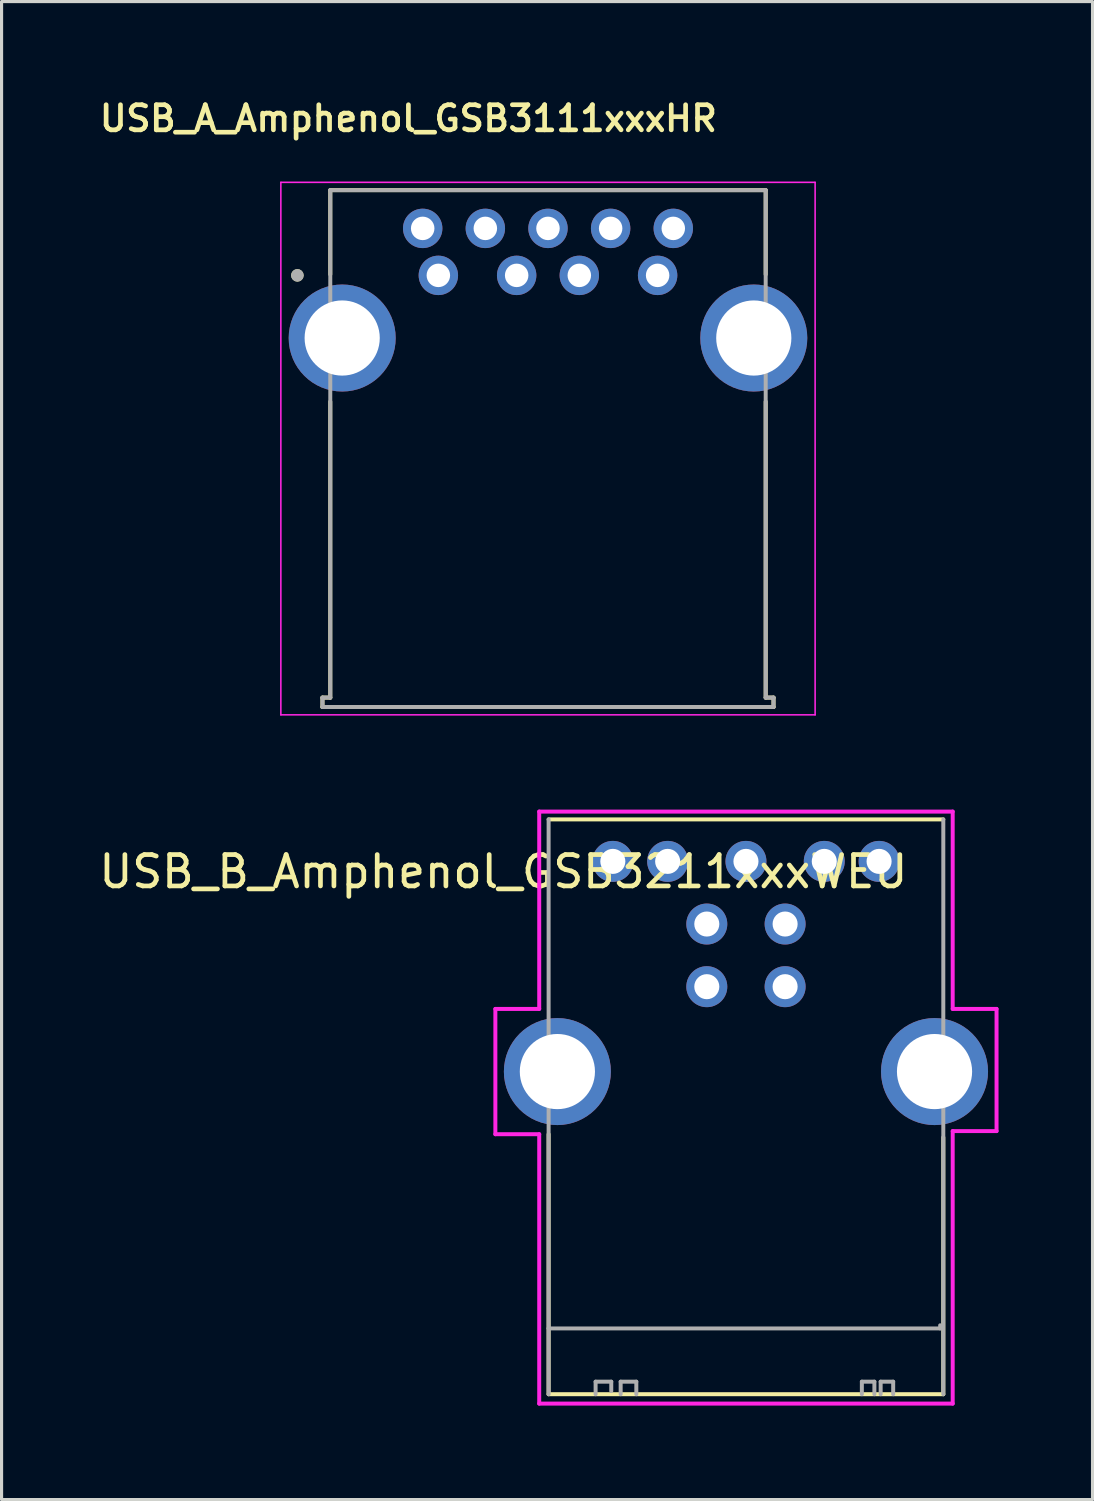
<source format=kicad_pcb>
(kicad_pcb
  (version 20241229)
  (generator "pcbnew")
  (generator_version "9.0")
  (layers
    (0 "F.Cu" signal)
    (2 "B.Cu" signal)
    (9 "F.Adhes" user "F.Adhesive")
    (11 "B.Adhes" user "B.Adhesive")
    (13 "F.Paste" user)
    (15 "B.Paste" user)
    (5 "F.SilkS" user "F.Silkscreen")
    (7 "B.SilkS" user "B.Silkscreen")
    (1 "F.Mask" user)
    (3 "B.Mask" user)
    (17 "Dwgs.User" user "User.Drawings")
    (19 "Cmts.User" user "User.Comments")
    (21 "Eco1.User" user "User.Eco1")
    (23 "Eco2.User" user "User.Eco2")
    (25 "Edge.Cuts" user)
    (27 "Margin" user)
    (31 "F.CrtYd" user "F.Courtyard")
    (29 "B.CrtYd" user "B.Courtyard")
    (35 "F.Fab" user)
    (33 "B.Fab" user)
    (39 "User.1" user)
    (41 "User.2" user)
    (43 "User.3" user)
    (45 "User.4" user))
  (footprint "USB_A_Amphenol_GSB3111xxxHR"
    (layer "F.Cu")
    (at 14.444 7.741)
    (property "Reference" "USB_A_Amphenol_GSB3111xxxHR" (at -4.456 -7.009 0) (layer "F.SilkS") (effects (font (size 0.801 0.801) (thickness 0.15))))
    (attr through_hole)
    (fp_line (start -7.2 11.48) (end -6.95 11.48) (stroke (width 0.127) (type solid)) (layer "F.SilkS"))
    (fp_line (start -7.2 11.78) (end -7.2 11.48) (stroke (width 0.127) (type solid)) (layer "F.SilkS"))
    (fp_line (start -6.95 -4.72) (end 6.95 -4.72) (stroke (width 0.127) (type solid)) (layer "F.SilkS"))
    (fp_line (start -6.95 -2.03) (end -6.95 -4.72) (stroke (width 0.127) (type solid)) (layer "F.SilkS"))
    (fp_line (start -6.95 11.48) (end -6.95 2.03) (stroke (width 0.127) (type solid)) (layer "F.SilkS"))
    (fp_line (start 6.95 -4.72) (end 6.95 -2.03) (stroke (width 0.127) (type solid)) (layer "F.SilkS"))
    (fp_line (start 6.95 2.03) (end 6.95 11.48) (stroke (width 0.127) (type solid)) (layer "F.SilkS"))
    (fp_line (start 6.95 11.48) (end 7.2 11.48) (stroke (width 0.127) (type solid)) (layer "F.SilkS"))
    (fp_line (start 7.2 11.48) (end 7.2 11.78) (stroke (width 0.127) (type solid)) (layer "F.SilkS"))
    (fp_line (start 7.2 11.78) (end -7.2 11.78) (stroke (width 0.127) (type solid)) (layer "F.SilkS"))
    (fp_circle (center -8 -2) (end -7.9 -2) (stroke (width 0.2) (type solid)) (fill no) (layer "F.SilkS"))
    (fp_line (start -8.528 -4.97) (end 8.528 -4.97) (stroke (width 0.05) (type solid)) (layer "F.CrtYd"))
    (fp_line (start -8.528 12.03) (end -8.528 -4.97) (stroke (width 0.05) (type solid)) (layer "F.CrtYd"))
    (fp_line (start 8.528 -4.97) (end 8.528 12.03) (stroke (width 0.05) (type solid)) (layer "F.CrtYd"))
    (fp_line (start 8.528 12.03) (end -8.528 12.03) (stroke (width 0.05) (type solid)) (layer "F.CrtYd"))
    (fp_line (start -7.2 11.48) (end -6.95 11.48) (stroke (width 0.127) (type solid)) (layer "F.Fab"))
    (fp_line (start -7.2 11.78) (end -7.2 11.48) (stroke (width 0.127) (type solid)) (layer "F.Fab"))
    (fp_line (start -6.95 -4.72) (end 6.95 -4.72) (stroke (width 0.127) (type solid)) (layer "F.Fab"))
    (fp_line (start -6.95 11.48) (end -6.95 -4.72) (stroke (width 0.127) (type solid)) (layer "F.Fab"))
    (fp_line (start 6.95 -4.72) (end 6.95 11.48) (stroke (width 0.127) (type solid)) (layer "F.Fab"))
    (fp_line (start 6.95 11.48) (end 7.2 11.48) (stroke (width 0.127) (type solid)) (layer "F.Fab"))
    (fp_line (start 7.2 11.48) (end 7.2 11.78) (stroke (width 0.127) (type solid)) (layer "F.Fab"))
    (fp_line (start 7.2 11.78) (end -7.2 11.78) (stroke (width 0.127) (type solid)) (layer "F.Fab"))
    (fp_circle (center -8 -2) (end -7.9 -2) (stroke (width 0.2) (type solid)) (fill no) (layer "F.Fab"))
    (pad "1" thru_hole circle (at -3.5 -2) (size 1.258 1.258) (drill 0.75) (layers "*.Cu" "*.Mask"))
    (pad "2" thru_hole circle (at -1 -2) (size 1.258 1.258) (drill 0.75) (layers "*.Cu" "*.Mask"))
    (pad "3" thru_hole circle (at 1 -2) (size 1.258 1.258) (drill 0.75) (layers "*.Cu" "*.Mask"))
    (pad "4" thru_hole circle (at 3.5 -2) (size 1.258 1.258) (drill 0.75) (layers "*.Cu" "*.Mask"))
    (pad "5" thru_hole circle (at 4 -3.5) (size 1.258 1.258) (drill 0.75) (layers "*.Cu" "*.Mask"))
    (pad "6" thru_hole circle (at 2 -3.5) (size 1.258 1.258) (drill 0.75) (layers "*.Cu" "*.Mask"))
    (pad "7" thru_hole circle (at 0 -3.5) (size 1.258 1.258) (drill 0.75) (layers "*.Cu" "*.Mask"))
    (pad "8" thru_hole circle (at -2 -3.5) (size 1.258 1.258) (drill 0.75) (layers "*.Cu" "*.Mask"))
    (pad "9" thru_hole circle (at -4 -3.5) (size 1.258 1.258) (drill 0.75) (layers "*.Cu" "*.Mask"))
    (pad "10" thru_hole circle (at -6.57 0) (size 3.416 3.416) (drill 2.4) (layers "*.Cu" "*.Mask"))
    (pad "10" thru_hole circle (at 6.57 0) (size 3.416 3.416) (drill 2.4) (layers "*.Cu" "*.Mask")))
  (footprint "USB_B_Amphenol_GSB3211xxxWEU"
    (layer "F.Cu")
    (at 20.764 31.159)
    (property "Reference" "USB_B_Amphenol_GSB3211xxxWEU" (at -7.744 -6.382 180) (layer "F.SilkS") (effects (font (size 1.001 1.001) (thickness 0.15))))
    (attr through_hole)
    (fp_line (start -6.3 2) (end -6.3 10.3) (stroke (width 0.127) (type solid)) (layer "F.SilkS"))
    (fp_line (start -6.3 10.3) (end 6.3 10.3) (stroke (width 0.127) (type solid)) (layer "F.SilkS"))
    (fp_line (start 6.3 -8.05) (end -6.3 -8.05) (stroke (width 0.127) (type solid)) (layer "F.SilkS"))
    (fp_line (start 6.3 10.3) (end 6.3 2.1) (stroke (width 0.127) (type solid)) (layer "F.SilkS"))
    (fp_line (start -8 -2) (end -6.6 -2) (stroke (width 0.127) (type solid)) (layer "F.CrtYd"))
    (fp_line (start -8 2) (end -8 -2) (stroke (width 0.127) (type solid)) (layer "F.CrtYd"))
    (fp_line (start -6.6 -8.3) (end 6.6 -8.3) (stroke (width 0.127) (type solid)) (layer "F.CrtYd"))
    (fp_line (start -6.6 -2) (end -6.6 -8.3) (stroke (width 0.127) (type solid)) (layer "F.CrtYd"))
    (fp_line (start -6.6 2) (end -8 2) (stroke (width 0.127) (type solid)) (layer "F.CrtYd"))
    (fp_line (start -6.6 10.6) (end -6.6 2) (stroke (width 0.127) (type solid)) (layer "F.CrtYd"))
    (fp_line (start 6.6 -8.3) (end 6.6 -2) (stroke (width 0.127) (type solid)) (layer "F.CrtYd"))
    (fp_line (start 6.6 -2) (end 8 -2) (stroke (width 0.127) (type solid)) (layer "F.CrtYd"))
    (fp_line (start 6.6 1.9) (end 6.6 10.6) (stroke (width 0.127) (type solid)) (layer "F.CrtYd"))
    (fp_line (start 6.6 10.6) (end -6.6 10.6) (stroke (width 0.127) (type solid)) (layer "F.CrtYd"))
    (fp_line (start 8 -2) (end 8 1.9) (stroke (width 0.127) (type solid)) (layer "F.CrtYd"))
    (fp_line (start 8 1.9) (end 6.6 1.9) (stroke (width 0.127) (type solid)) (layer "F.CrtYd"))
    (fp_line (start -6.3 -8.05) (end -6.3 8.2) (stroke (width 0.127) (type solid)) (layer "F.Fab"))
    (fp_line (start -6.3 8.2) (end -6.3 10.3) (stroke (width 0.127) (type solid)) (layer "F.Fab"))
    (fp_line (start -6.3 8.2) (end 6.2 8.2) (stroke (width 0.127) (type solid)) (layer "F.Fab"))
    (fp_line (start -4.8 9.9) (end -4.3 9.9) (stroke (width 0.127) (type solid)) (layer "F.Fab"))
    (fp_line (start -4.8 10.3) (end -4.8 9.9) (stroke (width 0.127) (type solid)) (layer "F.Fab"))
    (fp_line (start -4.3 9.9) (end -4.3 10.2) (stroke (width 0.127) (type solid)) (layer "F.Fab"))
    (fp_line (start -4 9.9) (end -3.5 9.9) (stroke (width 0.127) (type solid)) (layer "F.Fab"))
    (fp_line (start -4 10.3) (end -4 9.9) (stroke (width 0.127) (type solid)) (layer "F.Fab"))
    (fp_line (start -3.5 9.9) (end -3.5 10.3) (stroke (width 0.127) (type solid)) (layer "F.Fab"))
    (fp_line (start 3.7 9.9) (end 3.7 10.3) (stroke (width 0.127) (type solid)) (layer "F.Fab"))
    (fp_line (start 4.1 9.9) (end 3.7 9.9) (stroke (width 0.127) (type solid)) (layer "F.Fab"))
    (fp_line (start 4.1 10.3) (end 4.1 9.9) (stroke (width 0.127) (type solid)) (layer "F.Fab"))
    (fp_line (start 4.3 9.9) (end 4.7 9.9) (stroke (width 0.127) (type solid)) (layer "F.Fab"))
    (fp_line (start 4.3 10.3) (end 4.3 9.9) (stroke (width 0.127) (type solid)) (layer "F.Fab"))
    (fp_line (start 4.7 9.9) (end 4.7 10.3) (stroke (width 0.127) (type solid)) (layer "F.Fab"))
    (fp_line (start 6.2 8.2) (end 6.2 8.1) (stroke (width 0.127) (type solid)) (layer "F.Fab"))
    (fp_line (start 6.3 10.3) (end 6.3 -8.05) (stroke (width 0.127) (type solid)) (layer "F.Fab"))
    (pad "1" thru_hole circle (at 1.25 -4.71) (size 1.308 1.308) (drill 0.8) (layers "*.Cu" "*.Mask"))
    (pad "2" thru_hole circle (at -1.25 -4.71) (size 1.308 1.308) (drill 0.8) (layers "*.Cu" "*.Mask"))
    (pad "3" thru_hole circle (at -1.25 -2.71) (size 1.308 1.308) (drill 0.8) (layers "*.Cu" "*.Mask"))
    (pad "4" thru_hole circle (at 1.25 -2.71) (size 1.308 1.308) (drill 0.8) (layers "*.Cu" "*.Mask"))
    (pad "5" thru_hole circle (at -4.25 -6.71) (size 1.308 1.308) (drill 0.8) (layers "*.Cu" "*.Mask"))
    (pad "6" thru_hole circle (at -2.5 -6.71) (size 1.308 1.308) (drill 0.8) (layers "*.Cu" "*.Mask"))
    (pad "7" thru_hole circle (at 0 -6.71) (size 1.308 1.308) (drill 0.8) (layers "*.Cu" "*.Mask"))
    (pad "8" thru_hole circle (at 2.5 -6.71) (size 1.308 1.308) (drill 0.8) (layers "*.Cu" "*.Mask"))
    (pad "9" thru_hole circle (at 4.25 -6.71) (size 1.308 1.308) (drill 0.8) (layers "*.Cu" "*.Mask"))
    (pad "10" thru_hole circle (at -6.02 0) (size 3.416 3.416) (drill 2.4) (layers "*.Cu" "*.Mask"))
    (pad "10" thru_hole circle (at 6.02 0) (size 3.416 3.416) (drill 2.4) (layers "*.Cu" "*.Mask")))
  (gr_rect
    (start -3 -3)
    (end 31.828 44.823)
    (stroke (width 0.1) (type default))
    (fill no)
    (layer "Edge.Cuts")))
</source>
